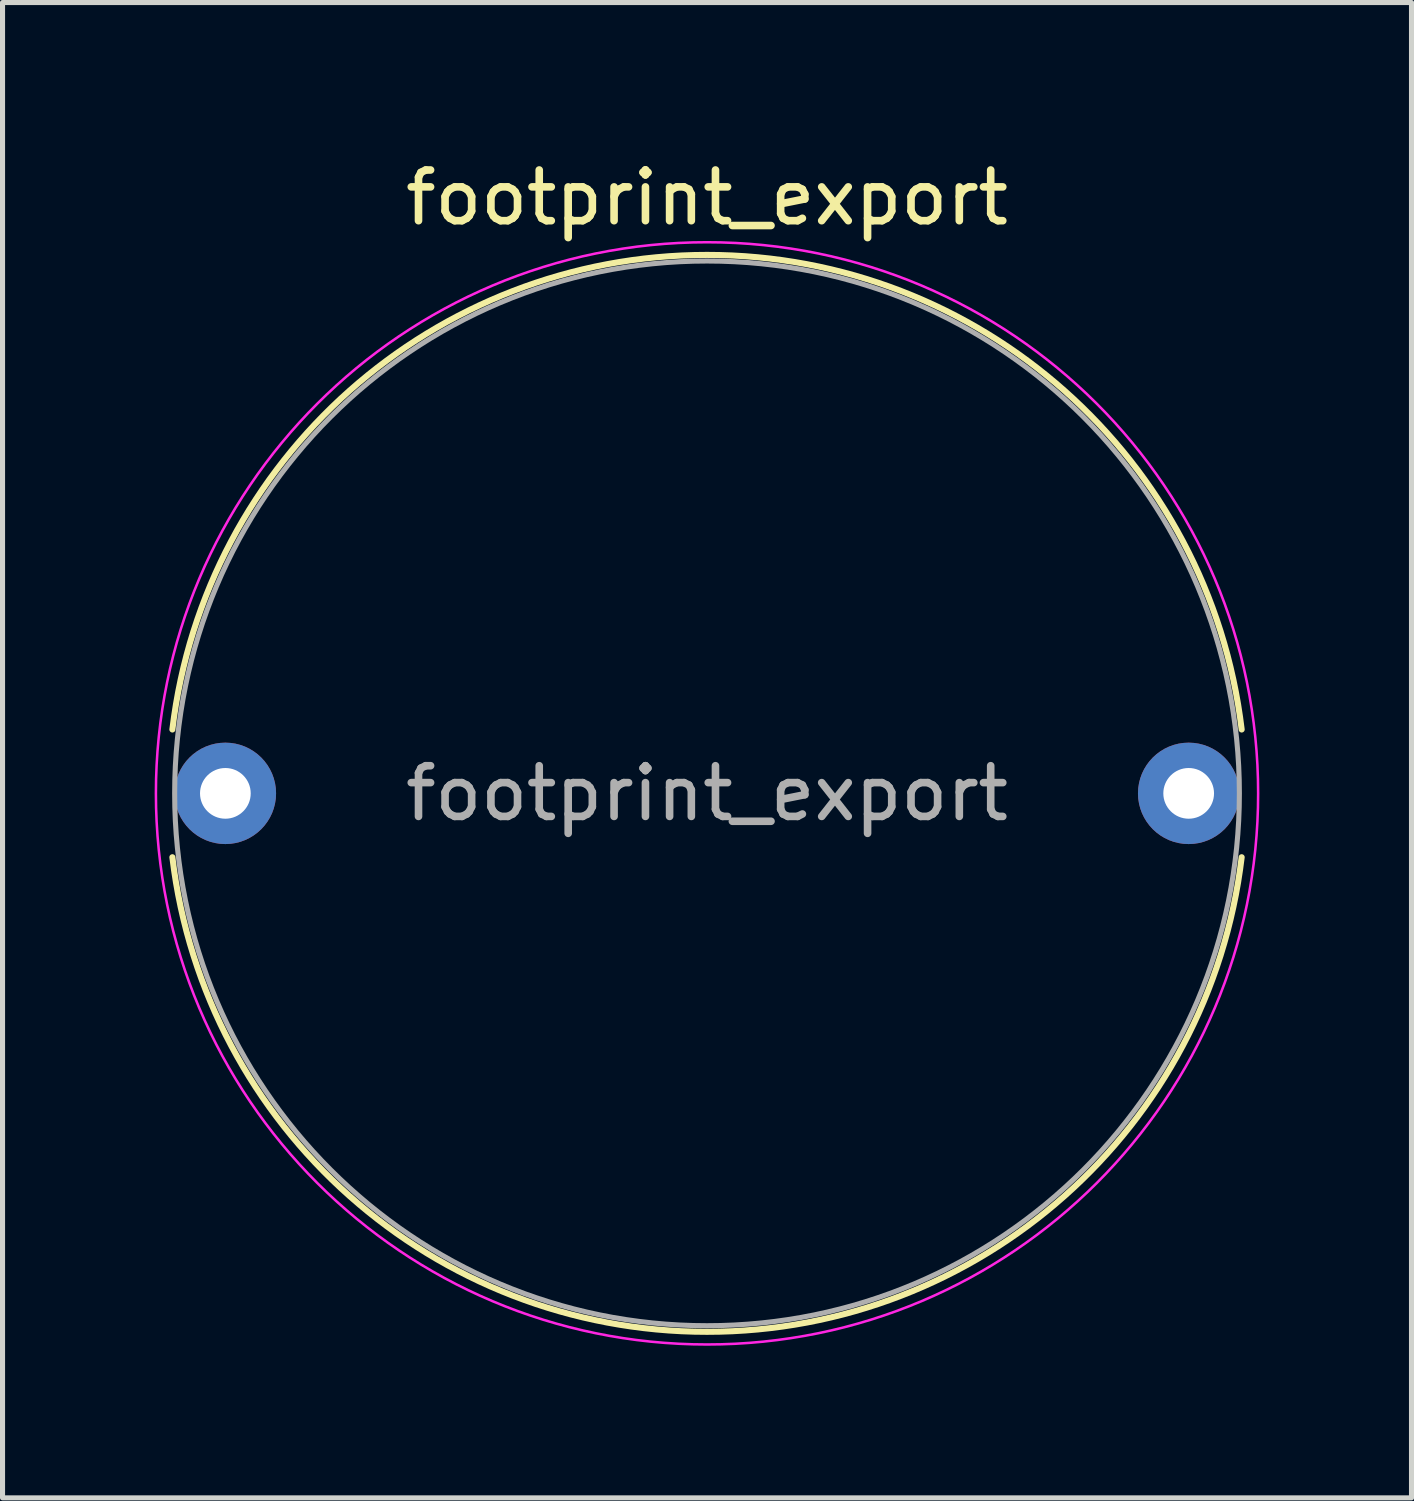
<source format=kicad_pcb>
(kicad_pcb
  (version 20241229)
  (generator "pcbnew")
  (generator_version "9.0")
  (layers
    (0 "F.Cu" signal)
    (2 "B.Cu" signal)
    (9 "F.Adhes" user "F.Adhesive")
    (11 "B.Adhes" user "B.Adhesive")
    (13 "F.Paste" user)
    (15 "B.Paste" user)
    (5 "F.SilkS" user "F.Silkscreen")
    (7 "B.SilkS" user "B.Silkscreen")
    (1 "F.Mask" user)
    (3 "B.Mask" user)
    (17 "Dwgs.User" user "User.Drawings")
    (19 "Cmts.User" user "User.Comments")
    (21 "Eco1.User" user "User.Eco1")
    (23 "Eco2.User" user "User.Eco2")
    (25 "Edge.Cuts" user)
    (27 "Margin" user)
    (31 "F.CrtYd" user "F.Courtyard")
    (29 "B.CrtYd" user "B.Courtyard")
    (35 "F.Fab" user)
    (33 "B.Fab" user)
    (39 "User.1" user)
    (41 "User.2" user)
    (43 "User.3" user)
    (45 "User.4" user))
  (footprint "footprint_export"
    (layer "F.Cu")
    (at 1.395 12.598)
    (property "Reference" "footprint_export" (at 9.5 -11.75 0) (layer "F.SilkS") (effects (font (size 1 1) (thickness 0.15))))
    (attr through_hole)
    (fp_arc (start -1.044989 -1.26) (mid 9.5 -10.62) (end 20.044989 -1.26) (stroke (width 0.12) (type solid)) (layer "F.SilkS"))
    (fp_arc (start 20.044989 1.26) (mid 9.5 10.62) (end -1.044989 1.26) (stroke (width 0.12) (type solid)) (layer "F.SilkS"))
    (fp_circle (center 9.5 0) (end 20.37 0) (stroke (width 0.05) (type solid)) (fill no) (layer "F.CrtYd"))
    (fp_circle (center 9.5 0) (end 20 0) (stroke (width 0.1) (type solid)) (fill no) (layer "F.Fab"))
    (fp_text user "${REFERENCE}" (at 9.5 0 0) (layer "F.Fab") (effects (font (size 1 1) (thickness 0.15))))
    (pad "1" thru_hole circle (at 0 0) (size 2 2) (drill 1) (layers "*.Cu" "*.Mask"))
    (pad "2" thru_hole circle (at 19 0) (size 2 2) (drill 1) (layers "*.Cu" "*.Mask")))
  (gr_rect
    (start -3 -3)
    (end 24.79 26.493)
    (stroke (width 0.1) (type default))
    (fill no)
    (layer "Edge.Cuts")))
</source>
